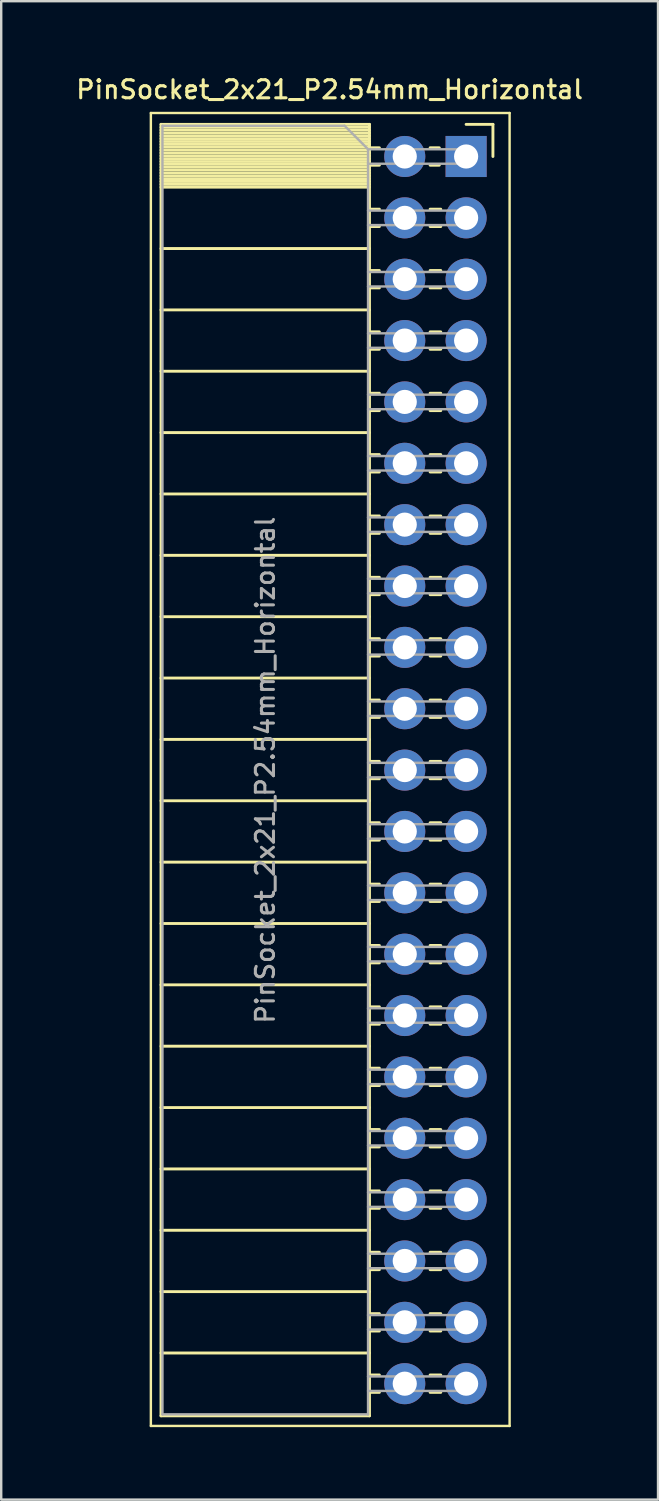
<source format=kicad_pcb>
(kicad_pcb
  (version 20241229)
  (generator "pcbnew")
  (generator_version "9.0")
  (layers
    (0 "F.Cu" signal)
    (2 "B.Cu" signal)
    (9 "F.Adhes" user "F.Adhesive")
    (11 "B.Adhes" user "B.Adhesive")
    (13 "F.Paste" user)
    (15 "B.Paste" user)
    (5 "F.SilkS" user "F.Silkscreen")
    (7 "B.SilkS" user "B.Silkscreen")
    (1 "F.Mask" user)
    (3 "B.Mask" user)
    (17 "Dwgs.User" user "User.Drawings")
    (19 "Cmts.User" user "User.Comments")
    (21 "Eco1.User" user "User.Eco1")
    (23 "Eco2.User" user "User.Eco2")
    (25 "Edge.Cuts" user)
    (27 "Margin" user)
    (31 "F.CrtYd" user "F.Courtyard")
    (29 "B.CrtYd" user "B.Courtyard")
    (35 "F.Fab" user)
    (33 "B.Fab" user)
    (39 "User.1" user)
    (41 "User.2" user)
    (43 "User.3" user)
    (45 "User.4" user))
  (footprint "PinSocket_2x21_P2.54mm_Horizontal"
    (layer "F.Cu")
    (at 16.245 3.428)
    (property "Reference" "PinSocket_2x21_P2.54mm_Horizontal" (at -5.65 -2.77 0) (layer "F.SilkS") (effects (font (size 0.75 0.75) (thickness 0.125))))
    (attr through_hole)
    (fp_line (start -13.05 -1.8) (end -13.05 52.55) (stroke (width 0.1) (type solid)) (layer "F.SilkS"))
    (fp_line (start -13.05 52.55) (end 1.8 52.55) (stroke (width 0.1) (type solid)) (layer "F.SilkS"))
    (fp_line (start -12.63 -1.33) (end -12.63 52.13) (stroke (width 0.12) (type solid)) (layer "F.SilkS"))
    (fp_line (start -12.63 -1.33) (end -4 -1.33) (stroke (width 0.12) (type solid)) (layer "F.SilkS"))
    (fp_line (start -12.63 -1.21) (end -4 -1.21) (stroke (width 0.12) (type solid)) (layer "F.SilkS"))
    (fp_line (start -12.63 -1.092) (end -4 -1.092) (stroke (width 0.12) (type solid)) (layer "F.SilkS"))
    (fp_line (start -12.63 -0.974) (end -4 -0.974) (stroke (width 0.12) (type solid)) (layer "F.SilkS"))
    (fp_line (start -12.63 -0.856) (end -4 -0.856) (stroke (width 0.12) (type solid)) (layer "F.SilkS"))
    (fp_line (start -12.63 -0.738) (end -4 -0.738) (stroke (width 0.12) (type solid)) (layer "F.SilkS"))
    (fp_line (start -12.63 -0.62) (end -4 -0.62) (stroke (width 0.12) (type solid)) (layer "F.SilkS"))
    (fp_line (start -12.63 -0.501) (end -4 -0.501) (stroke (width 0.12) (type solid)) (layer "F.SilkS"))
    (fp_line (start -12.63 -0.383) (end -4 -0.383) (stroke (width 0.12) (type solid)) (layer "F.SilkS"))
    (fp_line (start -12.63 -0.265) (end -4 -0.265) (stroke (width 0.12) (type solid)) (layer "F.SilkS"))
    (fp_line (start -12.63 -0.147) (end -4 -0.147) (stroke (width 0.12) (type solid)) (layer "F.SilkS"))
    (fp_line (start -12.63 -0.029) (end -4 -0.029) (stroke (width 0.12) (type solid)) (layer "F.SilkS"))
    (fp_line (start -12.63 0.089) (end -4 0.089) (stroke (width 0.12) (type solid)) (layer "F.SilkS"))
    (fp_line (start -12.63 0.207) (end -4 0.207) (stroke (width 0.12) (type solid)) (layer "F.SilkS"))
    (fp_line (start -12.63 0.325) (end -4 0.325) (stroke (width 0.12) (type solid)) (layer "F.SilkS"))
    (fp_line (start -12.63 0.443) (end -4 0.443) (stroke (width 0.12) (type solid)) (layer "F.SilkS"))
    (fp_line (start -12.63 0.561) (end -4 0.561) (stroke (width 0.12) (type solid)) (layer "F.SilkS"))
    (fp_line (start -12.63 0.68) (end -4 0.68) (stroke (width 0.12) (type solid)) (layer "F.SilkS"))
    (fp_line (start -12.63 0.798) (end -4 0.798) (stroke (width 0.12) (type solid)) (layer "F.SilkS"))
    (fp_line (start -12.63 0.916) (end -4 0.916) (stroke (width 0.12) (type solid)) (layer "F.SilkS"))
    (fp_line (start -12.63 1.034) (end -4 1.034) (stroke (width 0.12) (type solid)) (layer "F.SilkS"))
    (fp_line (start -12.63 1.152) (end -4 1.152) (stroke (width 0.12) (type solid)) (layer "F.SilkS"))
    (fp_line (start -12.63 1.27) (end -4 1.27) (stroke (width 0.12) (type solid)) (layer "F.SilkS"))
    (fp_line (start -12.63 3.81) (end -4 3.81) (stroke (width 0.12) (type solid)) (layer "F.SilkS"))
    (fp_line (start -12.63 6.35) (end -4 6.35) (stroke (width 0.12) (type solid)) (layer "F.SilkS"))
    (fp_line (start -12.63 8.89) (end -4 8.89) (stroke (width 0.12) (type solid)) (layer "F.SilkS"))
    (fp_line (start -12.63 11.43) (end -4 11.43) (stroke (width 0.12) (type solid)) (layer "F.SilkS"))
    (fp_line (start -12.63 13.97) (end -4 13.97) (stroke (width 0.12) (type solid)) (layer "F.SilkS"))
    (fp_line (start -12.63 16.51) (end -4 16.51) (stroke (width 0.12) (type solid)) (layer "F.SilkS"))
    (fp_line (start -12.63 19.05) (end -4 19.05) (stroke (width 0.12) (type solid)) (layer "F.SilkS"))
    (fp_line (start -12.63 21.59) (end -4 21.59) (stroke (width 0.12) (type solid)) (layer "F.SilkS"))
    (fp_line (start -12.63 24.13) (end -4 24.13) (stroke (width 0.12) (type solid)) (layer "F.SilkS"))
    (fp_line (start -12.63 26.67) (end -4 26.67) (stroke (width 0.12) (type solid)) (layer "F.SilkS"))
    (fp_line (start -12.63 29.21) (end -4 29.21) (stroke (width 0.12) (type solid)) (layer "F.SilkS"))
    (fp_line (start -12.63 31.75) (end -4 31.75) (stroke (width 0.12) (type solid)) (layer "F.SilkS"))
    (fp_line (start -12.63 34.29) (end -4 34.29) (stroke (width 0.12) (type solid)) (layer "F.SilkS"))
    (fp_line (start -12.63 36.83) (end -4 36.83) (stroke (width 0.12) (type solid)) (layer "F.SilkS"))
    (fp_line (start -12.63 39.37) (end -4 39.37) (stroke (width 0.12) (type solid)) (layer "F.SilkS"))
    (fp_line (start -12.63 41.91) (end -4 41.91) (stroke (width 0.12) (type solid)) (layer "F.SilkS"))
    (fp_line (start -12.63 44.45) (end -4 44.45) (stroke (width 0.12) (type solid)) (layer "F.SilkS"))
    (fp_line (start -12.63 46.99) (end -4 46.99) (stroke (width 0.12) (type solid)) (layer "F.SilkS"))
    (fp_line (start -12.63 49.53) (end -4 49.53) (stroke (width 0.12) (type solid)) (layer "F.SilkS"))
    (fp_line (start -12.63 52.13) (end -4 52.13) (stroke (width 0.12) (type solid)) (layer "F.SilkS"))
    (fp_line (start -4 -1.33) (end -4 52.13) (stroke (width 0.12) (type solid)) (layer "F.SilkS"))
    (fp_line (start -4 -0.36) (end -3.59 -0.36) (stroke (width 0.12) (type solid)) (layer "F.SilkS"))
    (fp_line (start -4 0.36) (end -3.59 0.36) (stroke (width 0.12) (type solid)) (layer "F.SilkS"))
    (fp_line (start -4 2.18) (end -3.59 2.18) (stroke (width 0.12) (type solid)) (layer "F.SilkS"))
    (fp_line (start -4 2.9) (end -3.59 2.9) (stroke (width 0.12) (type solid)) (layer "F.SilkS"))
    (fp_line (start -4 4.72) (end -3.59 4.72) (stroke (width 0.12) (type solid)) (layer "F.SilkS"))
    (fp_line (start -4 5.44) (end -3.59 5.44) (stroke (width 0.12) (type solid)) (layer "F.SilkS"))
    (fp_line (start -4 7.26) (end -3.59 7.26) (stroke (width 0.12) (type solid)) (layer "F.SilkS"))
    (fp_line (start -4 7.98) (end -3.59 7.98) (stroke (width 0.12) (type solid)) (layer "F.SilkS"))
    (fp_line (start -4 9.8) (end -3.59 9.8) (stroke (width 0.12) (type solid)) (layer "F.SilkS"))
    (fp_line (start -4 10.52) (end -3.59 10.52) (stroke (width 0.12) (type solid)) (layer "F.SilkS"))
    (fp_line (start -4 12.34) (end -3.59 12.34) (stroke (width 0.12) (type solid)) (layer "F.SilkS"))
    (fp_line (start -4 13.06) (end -3.59 13.06) (stroke (width 0.12) (type solid)) (layer "F.SilkS"))
    (fp_line (start -4 14.88) (end -3.59 14.88) (stroke (width 0.12) (type solid)) (layer "F.SilkS"))
    (fp_line (start -4 15.6) (end -3.59 15.6) (stroke (width 0.12) (type solid)) (layer "F.SilkS"))
    (fp_line (start -4 17.42) (end -3.59 17.42) (stroke (width 0.12) (type solid)) (layer "F.SilkS"))
    (fp_line (start -4 18.14) (end -3.59 18.14) (stroke (width 0.12) (type solid)) (layer "F.SilkS"))
    (fp_line (start -4 19.96) (end -3.59 19.96) (stroke (width 0.12) (type solid)) (layer "F.SilkS"))
    (fp_line (start -4 20.68) (end -3.59 20.68) (stroke (width 0.12) (type solid)) (layer "F.SilkS"))
    (fp_line (start -4 22.5) (end -3.59 22.5) (stroke (width 0.12) (type solid)) (layer "F.SilkS"))
    (fp_line (start -4 23.22) (end -3.59 23.22) (stroke (width 0.12) (type solid)) (layer "F.SilkS"))
    (fp_line (start -4 25.04) (end -3.59 25.04) (stroke (width 0.12) (type solid)) (layer "F.SilkS"))
    (fp_line (start -4 25.76) (end -3.59 25.76) (stroke (width 0.12) (type solid)) (layer "F.SilkS"))
    (fp_line (start -4 27.58) (end -3.59 27.58) (stroke (width 0.12) (type solid)) (layer "F.SilkS"))
    (fp_line (start -4 28.3) (end -3.59 28.3) (stroke (width 0.12) (type solid)) (layer "F.SilkS"))
    (fp_line (start -4 30.12) (end -3.59 30.12) (stroke (width 0.12) (type solid)) (layer "F.SilkS"))
    (fp_line (start -4 30.84) (end -3.59 30.84) (stroke (width 0.12) (type solid)) (layer "F.SilkS"))
    (fp_line (start -4 32.66) (end -3.59 32.66) (stroke (width 0.12) (type solid)) (layer "F.SilkS"))
    (fp_line (start -4 33.38) (end -3.59 33.38) (stroke (width 0.12) (type solid)) (layer "F.SilkS"))
    (fp_line (start -4 35.2) (end -3.59 35.2) (stroke (width 0.12) (type solid)) (layer "F.SilkS"))
    (fp_line (start -4 35.92) (end -3.59 35.92) (stroke (width 0.12) (type solid)) (layer "F.SilkS"))
    (fp_line (start -4 37.74) (end -3.59 37.74) (stroke (width 0.12) (type solid)) (layer "F.SilkS"))
    (fp_line (start -4 38.46) (end -3.59 38.46) (stroke (width 0.12) (type solid)) (layer "F.SilkS"))
    (fp_line (start -4 40.28) (end -3.59 40.28) (stroke (width 0.12) (type solid)) (layer "F.SilkS"))
    (fp_line (start -4 41) (end -3.59 41) (stroke (width 0.12) (type solid)) (layer "F.SilkS"))
    (fp_line (start -4 42.82) (end -3.59 42.82) (stroke (width 0.12) (type solid)) (layer "F.SilkS"))
    (fp_line (start -4 43.54) (end -3.59 43.54) (stroke (width 0.12) (type solid)) (layer "F.SilkS"))
    (fp_line (start -4 45.36) (end -3.59 45.36) (stroke (width 0.12) (type solid)) (layer "F.SilkS"))
    (fp_line (start -4 46.08) (end -3.59 46.08) (stroke (width 0.12) (type solid)) (layer "F.SilkS"))
    (fp_line (start -4 47.9) (end -3.59 47.9) (stroke (width 0.12) (type solid)) (layer "F.SilkS"))
    (fp_line (start -4 48.62) (end -3.59 48.62) (stroke (width 0.12) (type solid)) (layer "F.SilkS"))
    (fp_line (start -4 50.44) (end -3.59 50.44) (stroke (width 0.12) (type solid)) (layer "F.SilkS"))
    (fp_line (start -4 51.16) (end -3.59 51.16) (stroke (width 0.12) (type solid)) (layer "F.SilkS"))
    (fp_line (start -1.49 -0.36) (end -1.11 -0.36) (stroke (width 0.12) (type solid)) (layer "F.SilkS"))
    (fp_line (start -1.49 0.36) (end -1.11 0.36) (stroke (width 0.12) (type solid)) (layer "F.SilkS"))
    (fp_line (start -1.49 2.18) (end -1.05 2.18) (stroke (width 0.12) (type solid)) (layer "F.SilkS"))
    (fp_line (start -1.49 2.9) (end -1.05 2.9) (stroke (width 0.12) (type solid)) (layer "F.SilkS"))
    (fp_line (start -1.49 4.72) (end -1.05 4.72) (stroke (width 0.12) (type solid)) (layer "F.SilkS"))
    (fp_line (start -1.49 5.44) (end -1.05 5.44) (stroke (width 0.12) (type solid)) (layer "F.SilkS"))
    (fp_line (start -1.49 7.26) (end -1.05 7.26) (stroke (width 0.12) (type solid)) (layer "F.SilkS"))
    (fp_line (start -1.49 7.98) (end -1.05 7.98) (stroke (width 0.12) (type solid)) (layer "F.SilkS"))
    (fp_line (start -1.49 9.8) (end -1.05 9.8) (stroke (width 0.12) (type solid)) (layer "F.SilkS"))
    (fp_line (start -1.49 10.52) (end -1.05 10.52) (stroke (width 0.12) (type solid)) (layer "F.SilkS"))
    (fp_line (start -1.49 12.34) (end -1.05 12.34) (stroke (width 0.12) (type solid)) (layer "F.SilkS"))
    (fp_line (start -1.49 13.06) (end -1.05 13.06) (stroke (width 0.12) (type solid)) (layer "F.SilkS"))
    (fp_line (start -1.49 14.88) (end -1.05 14.88) (stroke (width 0.12) (type solid)) (layer "F.SilkS"))
    (fp_line (start -1.49 15.6) (end -1.05 15.6) (stroke (width 0.12) (type solid)) (layer "F.SilkS"))
    (fp_line (start -1.49 17.42) (end -1.05 17.42) (stroke (width 0.12) (type solid)) (layer "F.SilkS"))
    (fp_line (start -1.49 18.14) (end -1.05 18.14) (stroke (width 0.12) (type solid)) (layer "F.SilkS"))
    (fp_line (start -1.49 19.96) (end -1.05 19.96) (stroke (width 0.12) (type solid)) (layer "F.SilkS"))
    (fp_line (start -1.49 20.68) (end -1.05 20.68) (stroke (width 0.12) (type solid)) (layer "F.SilkS"))
    (fp_line (start -1.49 22.5) (end -1.05 22.5) (stroke (width 0.12) (type solid)) (layer "F.SilkS"))
    (fp_line (start -1.49 23.22) (end -1.05 23.22) (stroke (width 0.12) (type solid)) (layer "F.SilkS"))
    (fp_line (start -1.49 25.04) (end -1.05 25.04) (stroke (width 0.12) (type solid)) (layer "F.SilkS"))
    (fp_line (start -1.49 25.76) (end -1.05 25.76) (stroke (width 0.12) (type solid)) (layer "F.SilkS"))
    (fp_line (start -1.49 27.58) (end -1.05 27.58) (stroke (width 0.12) (type solid)) (layer "F.SilkS"))
    (fp_line (start -1.49 28.3) (end -1.05 28.3) (stroke (width 0.12) (type solid)) (layer "F.SilkS"))
    (fp_line (start -1.49 30.12) (end -1.05 30.12) (stroke (width 0.12) (type solid)) (layer "F.SilkS"))
    (fp_line (start -1.49 30.84) (end -1.05 30.84) (stroke (width 0.12) (type solid)) (layer "F.SilkS"))
    (fp_line (start -1.49 32.66) (end -1.05 32.66) (stroke (width 0.12) (type solid)) (layer "F.SilkS"))
    (fp_line (start -1.49 33.38) (end -1.05 33.38) (stroke (width 0.12) (type solid)) (layer "F.SilkS"))
    (fp_line (start -1.49 35.2) (end -1.05 35.2) (stroke (width 0.12) (type solid)) (layer "F.SilkS"))
    (fp_line (start -1.49 35.92) (end -1.05 35.92) (stroke (width 0.12) (type solid)) (layer "F.SilkS"))
    (fp_line (start -1.49 37.74) (end -1.05 37.74) (stroke (width 0.12) (type solid)) (layer "F.SilkS"))
    (fp_line (start -1.49 38.46) (end -1.05 38.46) (stroke (width 0.12) (type solid)) (layer "F.SilkS"))
    (fp_line (start -1.49 40.28) (end -1.05 40.28) (stroke (width 0.12) (type solid)) (layer "F.SilkS"))
    (fp_line (start -1.49 41) (end -1.05 41) (stroke (width 0.12) (type solid)) (layer "F.SilkS"))
    (fp_line (start -1.49 42.82) (end -1.05 42.82) (stroke (width 0.12) (type solid)) (layer "F.SilkS"))
    (fp_line (start -1.49 43.54) (end -1.05 43.54) (stroke (width 0.12) (type solid)) (layer "F.SilkS"))
    (fp_line (start -1.49 45.36) (end -1.05 45.36) (stroke (width 0.12) (type solid)) (layer "F.SilkS"))
    (fp_line (start -1.49 46.08) (end -1.05 46.08) (stroke (width 0.12) (type solid)) (layer "F.SilkS"))
    (fp_line (start -1.49 47.9) (end -1.05 47.9) (stroke (width 0.12) (type solid)) (layer "F.SilkS"))
    (fp_line (start -1.49 48.62) (end -1.05 48.62) (stroke (width 0.12) (type solid)) (layer "F.SilkS"))
    (fp_line (start -1.49 50.44) (end -1.05 50.44) (stroke (width 0.12) (type solid)) (layer "F.SilkS"))
    (fp_line (start -1.49 51.16) (end -1.05 51.16) (stroke (width 0.12) (type solid)) (layer "F.SilkS"))
    (fp_line (start 0 -1.33) (end 1.11 -1.33) (stroke (width 0.12) (type solid)) (layer "F.SilkS"))
    (fp_line (start 1.11 -1.33) (end 1.11 0) (stroke (width 0.12) (type solid)) (layer "F.SilkS"))
    (fp_line (start 1.8 -1.8) (end -13.05 -1.8) (stroke (width 0.1) (type solid)) (layer "F.SilkS"))
    (fp_line (start 1.8 52.55) (end 1.8 -1.8) (stroke (width 0.1) (type solid)) (layer "F.SilkS"))
    (fp_line (start -12.57 -1.27) (end -5.03 -1.27) (stroke (width 0.1) (type solid)) (layer "F.Fab"))
    (fp_line (start -12.57 52.07) (end -12.57 -1.27) (stroke (width 0.1) (type solid)) (layer "F.Fab"))
    (fp_line (start -5.03 -1.27) (end -4.06 -0.3) (stroke (width 0.1) (type solid)) (layer "F.Fab"))
    (fp_line (start -4.06 -0.3) (end -4.06 52.07) (stroke (width 0.1) (type solid)) (layer "F.Fab"))
    (fp_line (start -4.06 0.3) (end 0 0.3) (stroke (width 0.1) (type solid)) (layer "F.Fab"))
    (fp_line (start -4.06 2.84) (end 0 2.84) (stroke (width 0.1) (type solid)) (layer "F.Fab"))
    (fp_line (start -4.06 5.38) (end 0 5.38) (stroke (width 0.1) (type solid)) (layer "F.Fab"))
    (fp_line (start -4.06 7.92) (end 0 7.92) (stroke (width 0.1) (type solid)) (layer "F.Fab"))
    (fp_line (start -4.06 10.46) (end 0 10.46) (stroke (width 0.1) (type solid)) (layer "F.Fab"))
    (fp_line (start -4.06 13) (end 0 13) (stroke (width 0.1) (type solid)) (layer "F.Fab"))
    (fp_line (start -4.06 15.54) (end 0 15.54) (stroke (width 0.1) (type solid)) (layer "F.Fab"))
    (fp_line (start -4.06 18.08) (end 0 18.08) (stroke (width 0.1) (type solid)) (layer "F.Fab"))
    (fp_line (start -4.06 20.62) (end 0 20.62) (stroke (width 0.1) (type solid)) (layer "F.Fab"))
    (fp_line (start -4.06 23.16) (end 0 23.16) (stroke (width 0.1) (type solid)) (layer "F.Fab"))
    (fp_line (start -4.06 25.7) (end 0 25.7) (stroke (width 0.1) (type solid)) (layer "F.Fab"))
    (fp_line (start -4.06 28.24) (end 0 28.24) (stroke (width 0.1) (type solid)) (layer "F.Fab"))
    (fp_line (start -4.06 30.78) (end 0 30.78) (stroke (width 0.1) (type solid)) (layer "F.Fab"))
    (fp_line (start -4.06 33.32) (end 0 33.32) (stroke (width 0.1) (type solid)) (layer "F.Fab"))
    (fp_line (start -4.06 35.86) (end 0 35.86) (stroke (width 0.1) (type solid)) (layer "F.Fab"))
    (fp_line (start -4.06 38.4) (end 0 38.4) (stroke (width 0.1) (type solid)) (layer "F.Fab"))
    (fp_line (start -4.06 40.94) (end 0 40.94) (stroke (width 0.1) (type solid)) (layer "F.Fab"))
    (fp_line (start -4.06 43.48) (end 0 43.48) (stroke (width 0.1) (type solid)) (layer "F.Fab"))
    (fp_line (start -4.06 46.02) (end 0 46.02) (stroke (width 0.1) (type solid)) (layer "F.Fab"))
    (fp_line (start -4.06 48.56) (end 0 48.56) (stroke (width 0.1) (type solid)) (layer "F.Fab"))
    (fp_line (start -4.06 51.1) (end 0 51.1) (stroke (width 0.1) (type solid)) (layer "F.Fab"))
    (fp_line (start -4.06 52.07) (end -12.57 52.07) (stroke (width 0.1) (type solid)) (layer "F.Fab"))
    (fp_line (start 0 -0.3) (end -4.06 -0.3) (stroke (width 0.1) (type solid)) (layer "F.Fab"))
    (fp_line (start 0 0.3) (end 0 -0.3) (stroke (width 0.1) (type solid)) (layer "F.Fab"))
    (fp_line (start 0 2.24) (end -4.06 2.24) (stroke (width 0.1) (type solid)) (layer "F.Fab"))
    (fp_line (start 0 2.84) (end 0 2.24) (stroke (width 0.1) (type solid)) (layer "F.Fab"))
    (fp_line (start 0 4.78) (end -4.06 4.78) (stroke (width 0.1) (type solid)) (layer "F.Fab"))
    (fp_line (start 0 5.38) (end 0 4.78) (stroke (width 0.1) (type solid)) (layer "F.Fab"))
    (fp_line (start 0 7.32) (end -4.06 7.32) (stroke (width 0.1) (type solid)) (layer "F.Fab"))
    (fp_line (start 0 7.92) (end 0 7.32) (stroke (width 0.1) (type solid)) (layer "F.Fab"))
    (fp_line (start 0 9.86) (end -4.06 9.86) (stroke (width 0.1) (type solid)) (layer "F.Fab"))
    (fp_line (start 0 10.46) (end 0 9.86) (stroke (width 0.1) (type solid)) (layer "F.Fab"))
    (fp_line (start 0 12.4) (end -4.06 12.4) (stroke (width 0.1) (type solid)) (layer "F.Fab"))
    (fp_line (start 0 13) (end 0 12.4) (stroke (width 0.1) (type solid)) (layer "F.Fab"))
    (fp_line (start 0 14.94) (end -4.06 14.94) (stroke (width 0.1) (type solid)) (layer "F.Fab"))
    (fp_line (start 0 15.54) (end 0 14.94) (stroke (width 0.1) (type solid)) (layer "F.Fab"))
    (fp_line (start 0 17.48) (end -4.06 17.48) (stroke (width 0.1) (type solid)) (layer "F.Fab"))
    (fp_line (start 0 18.08) (end 0 17.48) (stroke (width 0.1) (type solid)) (layer "F.Fab"))
    (fp_line (start 0 20.02) (end -4.06 20.02) (stroke (width 0.1) (type solid)) (layer "F.Fab"))
    (fp_line (start 0 20.62) (end 0 20.02) (stroke (width 0.1) (type solid)) (layer "F.Fab"))
    (fp_line (start 0 22.56) (end -4.06 22.56) (stroke (width 0.1) (type solid)) (layer "F.Fab"))
    (fp_line (start 0 23.16) (end 0 22.56) (stroke (width 0.1) (type solid)) (layer "F.Fab"))
    (fp_line (start 0 25.1) (end -4.06 25.1) (stroke (width 0.1) (type solid)) (layer "F.Fab"))
    (fp_line (start 0 25.7) (end 0 25.1) (stroke (width 0.1) (type solid)) (layer "F.Fab"))
    (fp_line (start 0 27.64) (end -4.06 27.64) (stroke (width 0.1) (type solid)) (layer "F.Fab"))
    (fp_line (start 0 28.24) (end 0 27.64) (stroke (width 0.1) (type solid)) (layer "F.Fab"))
    (fp_line (start 0 30.18) (end -4.06 30.18) (stroke (width 0.1) (type solid)) (layer "F.Fab"))
    (fp_line (start 0 30.78) (end 0 30.18) (stroke (width 0.1) (type solid)) (layer "F.Fab"))
    (fp_line (start 0 32.72) (end -4.06 32.72) (stroke (width 0.1) (type solid)) (layer "F.Fab"))
    (fp_line (start 0 33.32) (end 0 32.72) (stroke (width 0.1) (type solid)) (layer "F.Fab"))
    (fp_line (start 0 35.26) (end -4.06 35.26) (stroke (width 0.1) (type solid)) (layer "F.Fab"))
    (fp_line (start 0 35.86) (end 0 35.26) (stroke (width 0.1) (type solid)) (layer "F.Fab"))
    (fp_line (start 0 37.8) (end -4.06 37.8) (stroke (width 0.1) (type solid)) (layer "F.Fab"))
    (fp_line (start 0 38.4) (end 0 37.8) (stroke (width 0.1) (type solid)) (layer "F.Fab"))
    (fp_line (start 0 40.34) (end -4.06 40.34) (stroke (width 0.1) (type solid)) (layer "F.Fab"))
    (fp_line (start 0 40.94) (end 0 40.34) (stroke (width 0.1) (type solid)) (layer "F.Fab"))
    (fp_line (start 0 42.88) (end -4.06 42.88) (stroke (width 0.1) (type solid)) (layer "F.Fab"))
    (fp_line (start 0 43.48) (end 0 42.88) (stroke (width 0.1) (type solid)) (layer "F.Fab"))
    (fp_line (start 0 45.42) (end -4.06 45.42) (stroke (width 0.1) (type solid)) (layer "F.Fab"))
    (fp_line (start 0 46.02) (end 0 45.42) (stroke (width 0.1) (type solid)) (layer "F.Fab"))
    (fp_line (start 0 47.96) (end -4.06 47.96) (stroke (width 0.1) (type solid)) (layer "F.Fab"))
    (fp_line (start 0 48.56) (end 0 47.96) (stroke (width 0.1) (type solid)) (layer "F.Fab"))
    (fp_line (start 0 50.5) (end -4.06 50.5) (stroke (width 0.1) (type solid)) (layer "F.Fab"))
    (fp_line (start 0 51.1) (end 0 50.5) (stroke (width 0.1) (type solid)) (layer "F.Fab"))
    (fp_text user "${REFERENCE}" (at -8.315 25.4 90) (layer "F.Fab") (effects (font (size 0.75 0.75) (thickness 0.125))))
    (pad "1" thru_hole rect (at 0 0) (size 1.7 1.7) (drill 1) (layers "*.Cu" "*.Mask"))
    (pad "2" thru_hole oval (at -2.54 0) (size 1.7 1.7) (drill 1) (layers "*.Cu" "*.Mask"))
    (pad "3" thru_hole oval (at 0 2.54) (size 1.7 1.7) (drill 1) (layers "*.Cu" "*.Mask"))
    (pad "4" thru_hole oval (at -2.54 2.54) (size 1.7 1.7) (drill 1) (layers "*.Cu" "*.Mask"))
    (pad "5" thru_hole oval (at 0 5.08) (size 1.7 1.7) (drill 1) (layers "*.Cu" "*.Mask"))
    (pad "6" thru_hole oval (at -2.54 5.08) (size 1.7 1.7) (drill 1) (layers "*.Cu" "*.Mask"))
    (pad "7" thru_hole oval (at 0 7.62) (size 1.7 1.7) (drill 1) (layers "*.Cu" "*.Mask"))
    (pad "8" thru_hole oval (at -2.54 7.62) (size 1.7 1.7) (drill 1) (layers "*.Cu" "*.Mask"))
    (pad "9" thru_hole oval (at 0 10.16) (size 1.7 1.7) (drill 1) (layers "*.Cu" "*.Mask"))
    (pad "10" thru_hole oval (at -2.54 10.16) (size 1.7 1.7) (drill 1) (layers "*.Cu" "*.Mask"))
    (pad "11" thru_hole oval (at 0 12.7) (size 1.7 1.7) (drill 1) (layers "*.Cu" "*.Mask"))
    (pad "12" thru_hole oval (at -2.54 12.7) (size 1.7 1.7) (drill 1) (layers "*.Cu" "*.Mask"))
    (pad "13" thru_hole oval (at 0 15.24) (size 1.7 1.7) (drill 1) (layers "*.Cu" "*.Mask"))
    (pad "14" thru_hole oval (at -2.54 15.24) (size 1.7 1.7) (drill 1) (layers "*.Cu" "*.Mask"))
    (pad "15" thru_hole oval (at 0 17.78) (size 1.7 1.7) (drill 1) (layers "*.Cu" "*.Mask"))
    (pad "16" thru_hole oval (at -2.54 17.78) (size 1.7 1.7) (drill 1) (layers "*.Cu" "*.Mask"))
    (pad "17" thru_hole oval (at 0 20.32) (size 1.7 1.7) (drill 1) (layers "*.Cu" "*.Mask"))
    (pad "18" thru_hole oval (at -2.54 20.32) (size 1.7 1.7) (drill 1) (layers "*.Cu" "*.Mask"))
    (pad "19" thru_hole oval (at 0 22.86) (size 1.7 1.7) (drill 1) (layers "*.Cu" "*.Mask"))
    (pad "20" thru_hole oval (at -2.54 22.86) (size 1.7 1.7) (drill 1) (layers "*.Cu" "*.Mask"))
    (pad "21" thru_hole oval (at 0 25.4) (size 1.7 1.7) (drill 1) (layers "*.Cu" "*.Mask"))
    (pad "22" thru_hole oval (at -2.54 25.4) (size 1.7 1.7) (drill 1) (layers "*.Cu" "*.Mask"))
    (pad "23" thru_hole oval (at 0 27.94) (size 1.7 1.7) (drill 1) (layers "*.Cu" "*.Mask"))
    (pad "24" thru_hole oval (at -2.54 27.94) (size 1.7 1.7) (drill 1) (layers "*.Cu" "*.Mask"))
    (pad "25" thru_hole oval (at 0 30.48) (size 1.7 1.7) (drill 1) (layers "*.Cu" "*.Mask"))
    (pad "26" thru_hole oval (at -2.54 30.48) (size 1.7 1.7) (drill 1) (layers "*.Cu" "*.Mask"))
    (pad "27" thru_hole oval (at 0 33.02) (size 1.7 1.7) (drill 1) (layers "*.Cu" "*.Mask"))
    (pad "28" thru_hole oval (at -2.54 33.02) (size 1.7 1.7) (drill 1) (layers "*.Cu" "*.Mask"))
    (pad "29" thru_hole oval (at 0 35.56) (size 1.7 1.7) (drill 1) (layers "*.Cu" "*.Mask"))
    (pad "30" thru_hole oval (at -2.54 35.56) (size 1.7 1.7) (drill 1) (layers "*.Cu" "*.Mask"))
    (pad "31" thru_hole oval (at 0 38.1) (size 1.7 1.7) (drill 1) (layers "*.Cu" "*.Mask"))
    (pad "32" thru_hole oval (at -2.54 38.1) (size 1.7 1.7) (drill 1) (layers "*.Cu" "*.Mask"))
    (pad "33" thru_hole oval (at 0 40.64) (size 1.7 1.7) (drill 1) (layers "*.Cu" "*.Mask"))
    (pad "34" thru_hole oval (at -2.54 40.64) (size 1.7 1.7) (drill 1) (layers "*.Cu" "*.Mask"))
    (pad "35" thru_hole oval (at 0 43.18) (size 1.7 1.7) (drill 1) (layers "*.Cu" "*.Mask"))
    (pad "36" thru_hole oval (at -2.54 43.18) (size 1.7 1.7) (drill 1) (layers "*.Cu" "*.Mask"))
    (pad "37" thru_hole oval (at 0 45.72) (size 1.7 1.7) (drill 1) (layers "*.Cu" "*.Mask"))
    (pad "38" thru_hole oval (at -2.54 45.72) (size 1.7 1.7) (drill 1) (layers "*.Cu" "*.Mask"))
    (pad "39" thru_hole oval (at 0 48.26) (size 1.7 1.7) (drill 1) (layers "*.Cu" "*.Mask"))
    (pad "40" thru_hole oval (at -2.54 48.26) (size 1.7 1.7) (drill 1) (layers "*.Cu" "*.Mask"))
    (pad "41" thru_hole oval (at 0 50.8) (size 1.7 1.7) (drill 1) (layers "*.Cu" "*.Mask"))
    (pad "42" thru_hole oval (at -2.54 50.8) (size 1.7 1.7) (drill 1) (layers "*.Cu" "*.Mask")))
  (gr_rect
    (start -3 -3)
    (end 24.189 59.028)
    (stroke (width 0.1) (type default))
    (fill no)
    (layer "Edge.Cuts")))
</source>
